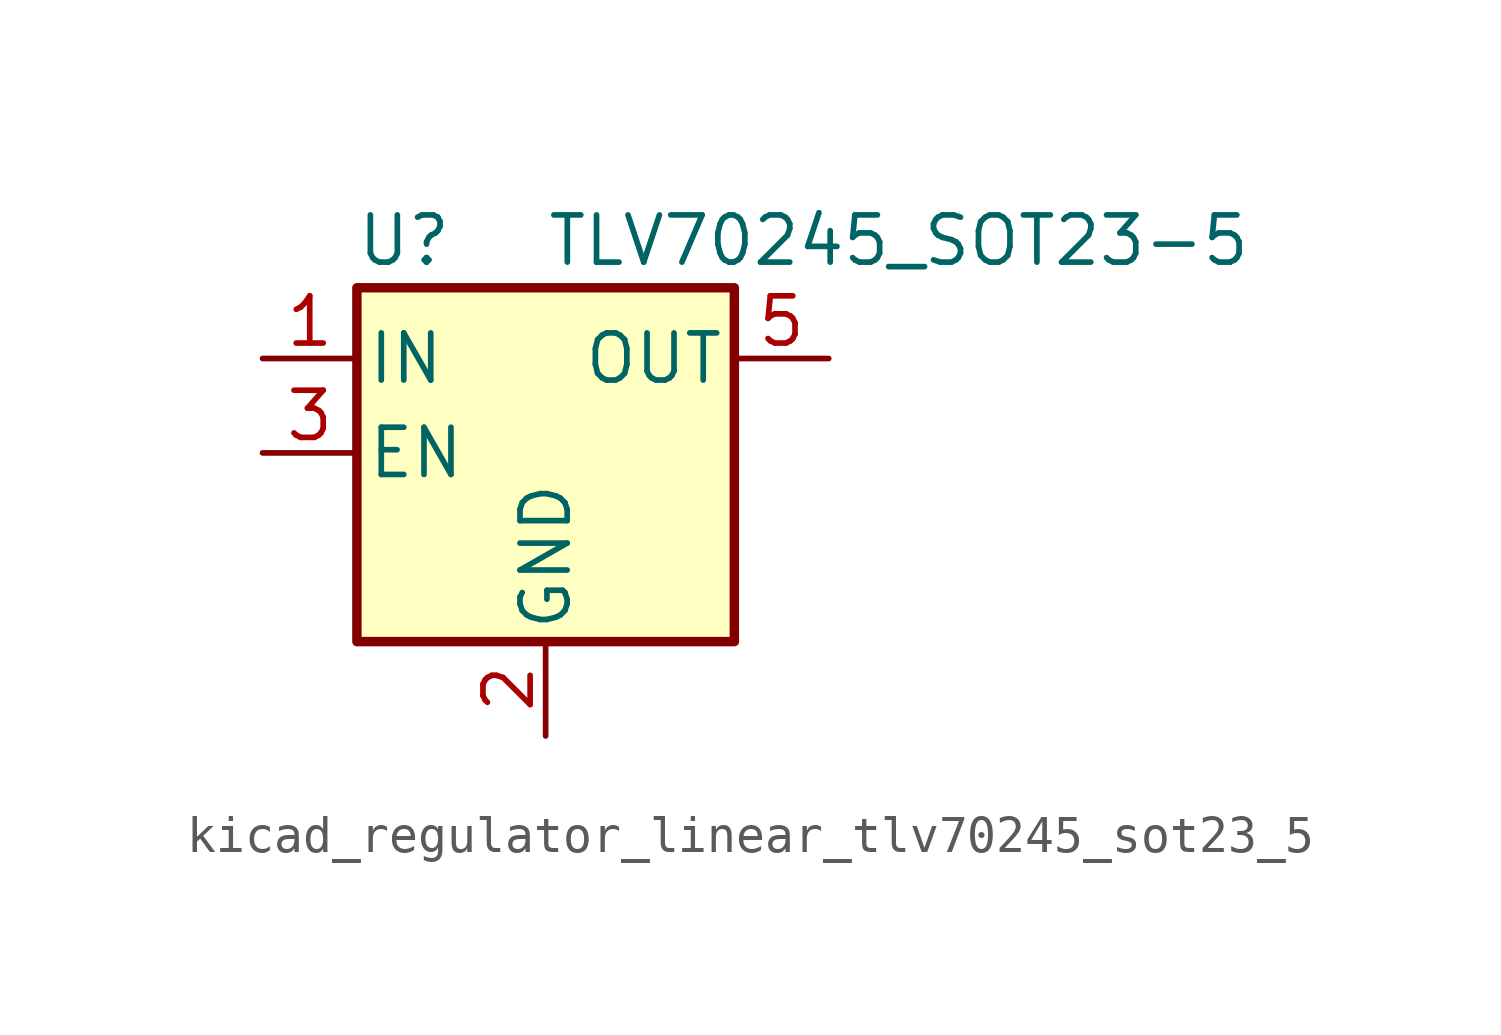
<source format=kicad_sym>
(kicad_symbol_lib
  (version 20220914)
  (generator kicad_symbol_editor)
  (symbol "kicad_regulator_linear_tlv70245_sot23_5"
    (pin_names
      (offset 0.254))
    (property "Reference" "U"
      (at -3.81 5.715 0)
      (effects (font (size 1.27 1.27))))
    (property "Value" "TLV70245_SOT23-5"
      (at 0 5.715 0)
      (effects (font (size 1.27 1.27)) (justify left)))
    (symbol "kicad_regulator_linear_tlv70245_sot23_5_0_1"
      (rectangle (start -5.08 4.445) (end 5.08 -5.08) (stroke (width 0.254) (type default)) (fill (type background))))
    (symbol "kicad_regulator_linear_tlv70245_sot23_5_1_1"
      (pin power_in line (at -7.62 2.54 0) (length 2.54) (name "IN" (effects (font (size 1.27 1.27)))) (number "1" (effects (font (size 1.27 1.27)))))
      (pin power_in line (at 0 -7.62 90) (length 2.54) (name "GND" (effects (font (size 1.27 1.27)))) (number "2" (effects (font (size 1.27 1.27)))))
      (pin input line (at -7.62 0 0) (length 2.54) (name "EN" (effects (font (size 1.27 1.27)))) (number "3" (effects (font (size 1.27 1.27)))))
      (pin no_connect line (at 5.08 0 180) (length 2.54) hide (name "NC" (effects (font (size 1.27 1.27)))) (number "4" (effects (font (size 1.27 1.27)))))
      (pin power_out line (at 7.62 2.54 180) (length 2.54) (name "OUT" (effects (font (size 1.27 1.27)))) (number "5" (effects (font (size 1.27 1.27))))))))
</source>
